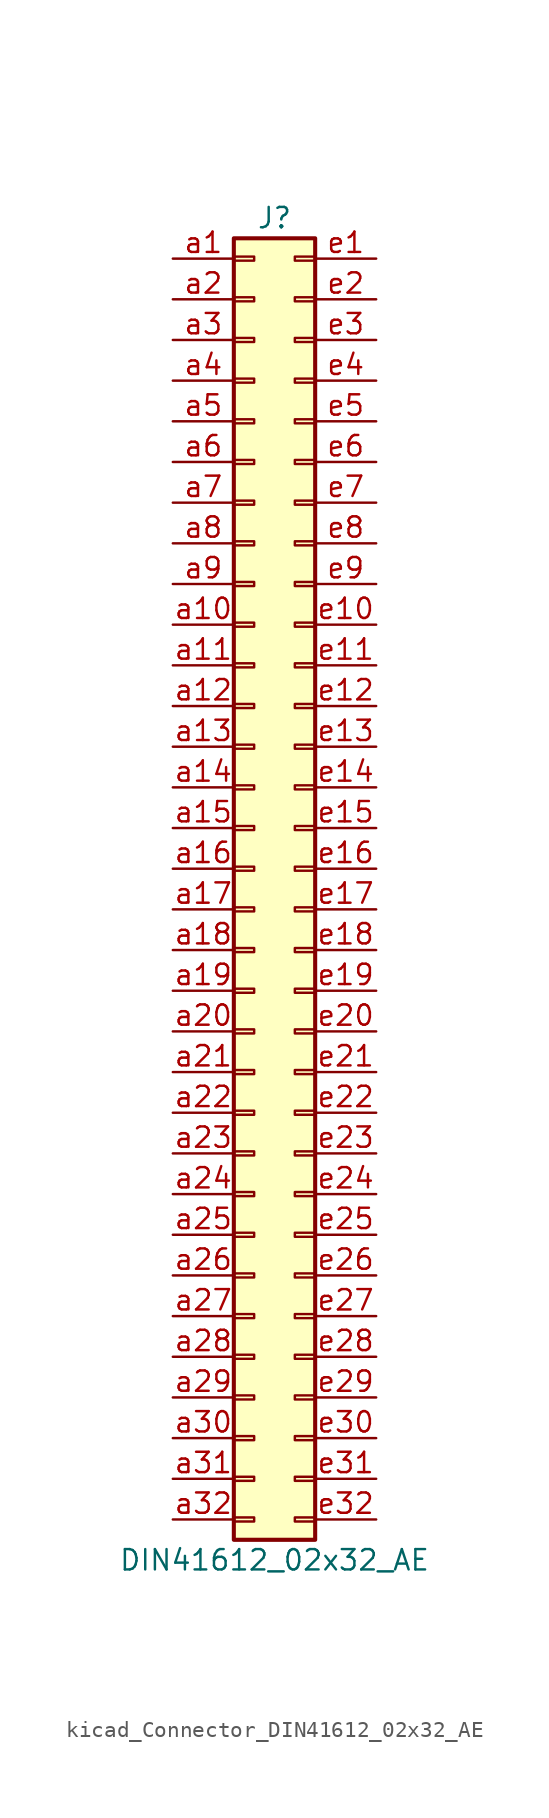
<source format=kicad_sym>
(kicad_symbol_lib
  (version 20220914)
  (generator kicad_symbol_editor)
  (symbol "kicad_Connector_DIN41612_02x32_AE"
    (pin_names
      (offset 1.016) hide)
    (property "Reference" "J"
      (at 1.27 40.64 0)
      (effects (font (size 1.27 1.27))))
    (property "Value" "DIN41612_02x32_AE"
      (at 1.27 -43.18 0)
      (effects (font (size 1.27 1.27))))
    (symbol "kicad_Connector_DIN41612_02x32_AE_1_1"
      (rectangle (start -1.27 -40.513) (end 0 -40.767) (stroke (width 0.152) (type default)) (fill (type none)))
      (rectangle (start -1.27 -37.973) (end 0 -38.227) (stroke (width 0.152) (type default)) (fill (type none)))
      (rectangle (start -1.27 -35.433) (end 0 -35.687) (stroke (width 0.152) (type default)) (fill (type none)))
      (rectangle (start -1.27 -32.893) (end 0 -33.147) (stroke (width 0.152) (type default)) (fill (type none)))
      (rectangle (start -1.27 -30.353) (end 0 -30.607) (stroke (width 0.152) (type default)) (fill (type none)))
      (rectangle (start -1.27 -27.813) (end 0 -28.067) (stroke (width 0.152) (type default)) (fill (type none)))
      (rectangle (start -1.27 -25.273) (end 0 -25.527) (stroke (width 0.152) (type default)) (fill (type none)))
      (rectangle (start -1.27 -22.733) (end 0 -22.987) (stroke (width 0.152) (type default)) (fill (type none)))
      (rectangle (start -1.27 -20.193) (end 0 -20.447) (stroke (width 0.152) (type default)) (fill (type none)))
      (rectangle (start -1.27 -17.653) (end 0 -17.907) (stroke (width 0.152) (type default)) (fill (type none)))
      (rectangle (start -1.27 -15.113) (end 0 -15.367) (stroke (width 0.152) (type default)) (fill (type none)))
      (rectangle (start -1.27 -12.573) (end 0 -12.827) (stroke (width 0.152) (type default)) (fill (type none)))
      (rectangle (start -1.27 -10.033) (end 0 -10.287) (stroke (width 0.152) (type default)) (fill (type none)))
      (rectangle (start -1.27 -7.493) (end 0 -7.747) (stroke (width 0.152) (type default)) (fill (type none)))
      (rectangle (start -1.27 -4.953) (end 0 -5.207) (stroke (width 0.152) (type default)) (fill (type none)))
      (rectangle (start -1.27 -2.413) (end 0 -2.667) (stroke (width 0.152) (type default)) (fill (type none)))
      (rectangle (start -1.27 0.127) (end 0 -0.127) (stroke (width 0.152) (type default)) (fill (type none)))
      (rectangle (start -1.27 2.667) (end 0 2.413) (stroke (width 0.152) (type default)) (fill (type none)))
      (rectangle (start -1.27 5.207) (end 0 4.953) (stroke (width 0.152) (type default)) (fill (type none)))
      (rectangle (start -1.27 7.747) (end 0 7.493) (stroke (width 0.152) (type default)) (fill (type none)))
      (rectangle (start -1.27 10.287) (end 0 10.033) (stroke (width 0.152) (type default)) (fill (type none)))
      (rectangle (start -1.27 12.827) (end 0 12.573) (stroke (width 0.152) (type default)) (fill (type none)))
      (rectangle (start -1.27 15.367) (end 0 15.113) (stroke (width 0.152) (type default)) (fill (type none)))
      (rectangle (start -1.27 17.907) (end 0 17.653) (stroke (width 0.152) (type default)) (fill (type none)))
      (rectangle (start -1.27 20.447) (end 0 20.193) (stroke (width 0.152) (type default)) (fill (type none)))
      (rectangle (start -1.27 22.987) (end 0 22.733) (stroke (width 0.152) (type default)) (fill (type none)))
      (rectangle (start -1.27 25.527) (end 0 25.273) (stroke (width 0.152) (type default)) (fill (type none)))
      (rectangle (start -1.27 28.067) (end 0 27.813) (stroke (width 0.152) (type default)) (fill (type none)))
      (rectangle (start -1.27 30.607) (end 0 30.353) (stroke (width 0.152) (type default)) (fill (type none)))
      (rectangle (start -1.27 33.147) (end 0 32.893) (stroke (width 0.152) (type default)) (fill (type none)))
      (rectangle (start -1.27 35.687) (end 0 35.433) (stroke (width 0.152) (type default)) (fill (type none)))
      (rectangle (start -1.27 38.227) (end 0 37.973) (stroke (width 0.152) (type default)) (fill (type none)))
      (rectangle (start -1.27 39.37) (end 3.81 -41.91) (stroke (width 0.254) (type default)) (fill (type background)))
      (rectangle (start 3.81 -40.513) (end 2.54 -40.767) (stroke (width 0.152) (type default)) (fill (type none)))
      (rectangle (start 3.81 -37.973) (end 2.54 -38.227) (stroke (width 0.152) (type default)) (fill (type none)))
      (rectangle (start 3.81 -35.433) (end 2.54 -35.687) (stroke (width 0.152) (type default)) (fill (type none)))
      (rectangle (start 3.81 -32.893) (end 2.54 -33.147) (stroke (width 0.152) (type default)) (fill (type none)))
      (rectangle (start 3.81 -30.353) (end 2.54 -30.607) (stroke (width 0.152) (type default)) (fill (type none)))
      (rectangle (start 3.81 -27.813) (end 2.54 -28.067) (stroke (width 0.152) (type default)) (fill (type none)))
      (rectangle (start 3.81 -25.273) (end 2.54 -25.527) (stroke (width 0.152) (type default)) (fill (type none)))
      (rectangle (start 3.81 -22.733) (end 2.54 -22.987) (stroke (width 0.152) (type default)) (fill (type none)))
      (rectangle (start 3.81 -20.193) (end 2.54 -20.447) (stroke (width 0.152) (type default)) (fill (type none)))
      (rectangle (start 3.81 -17.653) (end 2.54 -17.907) (stroke (width 0.152) (type default)) (fill (type none)))
      (rectangle (start 3.81 -15.113) (end 2.54 -15.367) (stroke (width 0.152) (type default)) (fill (type none)))
      (rectangle (start 3.81 -12.573) (end 2.54 -12.827) (stroke (width 0.152) (type default)) (fill (type none)))
      (rectangle (start 3.81 -10.033) (end 2.54 -10.287) (stroke (width 0.152) (type default)) (fill (type none)))
      (rectangle (start 3.81 -7.493) (end 2.54 -7.747) (stroke (width 0.152) (type default)) (fill (type none)))
      (rectangle (start 3.81 -4.953) (end 2.54 -5.207) (stroke (width 0.152) (type default)) (fill (type none)))
      (rectangle (start 3.81 -2.413) (end 2.54 -2.667) (stroke (width 0.152) (type default)) (fill (type none)))
      (rectangle (start 3.81 0.127) (end 2.54 -0.127) (stroke (width 0.152) (type default)) (fill (type none)))
      (rectangle (start 3.81 2.667) (end 2.54 2.413) (stroke (width 0.152) (type default)) (fill (type none)))
      (rectangle (start 3.81 5.207) (end 2.54 4.953) (stroke (width 0.152) (type default)) (fill (type none)))
      (rectangle (start 3.81 7.747) (end 2.54 7.493) (stroke (width 0.152) (type default)) (fill (type none)))
      (rectangle (start 3.81 10.287) (end 2.54 10.033) (stroke (width 0.152) (type default)) (fill (type none)))
      (rectangle (start 3.81 12.827) (end 2.54 12.573) (stroke (width 0.152) (type default)) (fill (type none)))
      (rectangle (start 3.81 15.367) (end 2.54 15.113) (stroke (width 0.152) (type default)) (fill (type none)))
      (rectangle (start 3.81 17.907) (end 2.54 17.653) (stroke (width 0.152) (type default)) (fill (type none)))
      (rectangle (start 3.81 20.447) (end 2.54 20.193) (stroke (width 0.152) (type default)) (fill (type none)))
      (rectangle (start 3.81 22.987) (end 2.54 22.733) (stroke (width 0.152) (type default)) (fill (type none)))
      (rectangle (start 3.81 25.527) (end 2.54 25.273) (stroke (width 0.152) (type default)) (fill (type none)))
      (rectangle (start 3.81 28.067) (end 2.54 27.813) (stroke (width 0.152) (type default)) (fill (type none)))
      (rectangle (start 3.81 30.607) (end 2.54 30.353) (stroke (width 0.152) (type default)) (fill (type none)))
      (rectangle (start 3.81 33.147) (end 2.54 32.893) (stroke (width 0.152) (type default)) (fill (type none)))
      (rectangle (start 3.81 35.687) (end 2.54 35.433) (stroke (width 0.152) (type default)) (fill (type none)))
      (rectangle (start 3.81 38.227) (end 2.54 37.973) (stroke (width 0.152) (type default)) (fill (type none)))
      (pin passive line (at -5.08 38.1 0) (length 3.81) (name "Pin_a1" (effects (font (size 1.27 1.27)))) (number "a1" (effects (font (size 1.27 1.27)))))
      (pin passive line (at -5.08 15.24 0) (length 3.81) (name "Pin_a10" (effects (font (size 1.27 1.27)))) (number "a10" (effects (font (size 1.27 1.27)))))
      (pin passive line (at -5.08 12.7 0) (length 3.81) (name "Pin_a11" (effects (font (size 1.27 1.27)))) (number "a11" (effects (font (size 1.27 1.27)))))
      (pin passive line (at -5.08 10.16 0) (length 3.81) (name "Pin_a12" (effects (font (size 1.27 1.27)))) (number "a12" (effects (font (size 1.27 1.27)))))
      (pin passive line (at -5.08 7.62 0) (length 3.81) (name "Pin_a13" (effects (font (size 1.27 1.27)))) (number "a13" (effects (font (size 1.27 1.27)))))
      (pin passive line (at -5.08 5.08 0) (length 3.81) (name "Pin_a14" (effects (font (size 1.27 1.27)))) (number "a14" (effects (font (size 1.27 1.27)))))
      (pin passive line (at -5.08 2.54 0) (length 3.81) (name "Pin_a15" (effects (font (size 1.27 1.27)))) (number "a15" (effects (font (size 1.27 1.27)))))
      (pin passive line (at -5.08 0 0) (length 3.81) (name "Pin_a16" (effects (font (size 1.27 1.27)))) (number "a16" (effects (font (size 1.27 1.27)))))
      (pin passive line (at -5.08 -2.54 0) (length 3.81) (name "Pin_a17" (effects (font (size 1.27 1.27)))) (number "a17" (effects (font (size 1.27 1.27)))))
      (pin passive line (at -5.08 -5.08 0) (length 3.81) (name "Pin_a18" (effects (font (size 1.27 1.27)))) (number "a18" (effects (font (size 1.27 1.27)))))
      (pin passive line (at -5.08 -7.62 0) (length 3.81) (name "Pin_a19" (effects (font (size 1.27 1.27)))) (number "a19" (effects (font (size 1.27 1.27)))))
      (pin passive line (at -5.08 35.56 0) (length 3.81) (name "Pin_a2" (effects (font (size 1.27 1.27)))) (number "a2" (effects (font (size 1.27 1.27)))))
      (pin passive line (at -5.08 -10.16 0) (length 3.81) (name "Pin_a20" (effects (font (size 1.27 1.27)))) (number "a20" (effects (font (size 1.27 1.27)))))
      (pin passive line (at -5.08 -12.7 0) (length 3.81) (name "Pin_a21" (effects (font (size 1.27 1.27)))) (number "a21" (effects (font (size 1.27 1.27)))))
      (pin passive line (at -5.08 -15.24 0) (length 3.81) (name "Pin_a22" (effects (font (size 1.27 1.27)))) (number "a22" (effects (font (size 1.27 1.27)))))
      (pin passive line (at -5.08 -17.78 0) (length 3.81) (name "Pin_a23" (effects (font (size 1.27 1.27)))) (number "a23" (effects (font (size 1.27 1.27)))))
      (pin passive line (at -5.08 -20.32 0) (length 3.81) (name "Pin_a24" (effects (font (size 1.27 1.27)))) (number "a24" (effects (font (size 1.27 1.27)))))
      (pin passive line (at -5.08 -22.86 0) (length 3.81) (name "Pin_a25" (effects (font (size 1.27 1.27)))) (number "a25" (effects (font (size 1.27 1.27)))))
      (pin passive line (at -5.08 -25.4 0) (length 3.81) (name "Pin_a26" (effects (font (size 1.27 1.27)))) (number "a26" (effects (font (size 1.27 1.27)))))
      (pin passive line (at -5.08 -27.94 0) (length 3.81) (name "Pin_a27" (effects (font (size 1.27 1.27)))) (number "a27" (effects (font (size 1.27 1.27)))))
      (pin passive line (at -5.08 -30.48 0) (length 3.81) (name "Pin_a28" (effects (font (size 1.27 1.27)))) (number "a28" (effects (font (size 1.27 1.27)))))
      (pin passive line (at -5.08 -33.02 0) (length 3.81) (name "Pin_a29" (effects (font (size 1.27 1.27)))) (number "a29" (effects (font (size 1.27 1.27)))))
      (pin passive line (at -5.08 33.02 0) (length 3.81) (name "Pin_a3" (effects (font (size 1.27 1.27)))) (number "a3" (effects (font (size 1.27 1.27)))))
      (pin passive line (at -5.08 -35.56 0) (length 3.81) (name "Pin_a30" (effects (font (size 1.27 1.27)))) (number "a30" (effects (font (size 1.27 1.27)))))
      (pin passive line (at -5.08 -38.1 0) (length 3.81) (name "Pin_a31" (effects (font (size 1.27 1.27)))) (number "a31" (effects (font (size 1.27 1.27)))))
      (pin passive line (at -5.08 -40.64 0) (length 3.81) (name "Pin_a32" (effects (font (size 1.27 1.27)))) (number "a32" (effects (font (size 1.27 1.27)))))
      (pin passive line (at -5.08 30.48 0) (length 3.81) (name "Pin_a4" (effects (font (size 1.27 1.27)))) (number "a4" (effects (font (size 1.27 1.27)))))
      (pin passive line (at -5.08 27.94 0) (length 3.81) (name "Pin_a5" (effects (font (size 1.27 1.27)))) (number "a5" (effects (font (size 1.27 1.27)))))
      (pin passive line (at -5.08 25.4 0) (length 3.81) (name "Pin_a6" (effects (font (size 1.27 1.27)))) (number "a6" (effects (font (size 1.27 1.27)))))
      (pin passive line (at -5.08 22.86 0) (length 3.81) (name "Pin_a7" (effects (font (size 1.27 1.27)))) (number "a7" (effects (font (size 1.27 1.27)))))
      (pin passive line (at -5.08 20.32 0) (length 3.81) (name "Pin_a8" (effects (font (size 1.27 1.27)))) (number "a8" (effects (font (size 1.27 1.27)))))
      (pin passive line (at -5.08 17.78 0) (length 3.81) (name "Pin_a9" (effects (font (size 1.27 1.27)))) (number "a9" (effects (font (size 1.27 1.27)))))
      (pin passive line (at 7.62 38.1 180) (length 3.81) (name "Pin_e1" (effects (font (size 1.27 1.27)))) (number "e1" (effects (font (size 1.27 1.27)))))
      (pin passive line (at 7.62 15.24 180) (length 3.81) (name "Pin_e10" (effects (font (size 1.27 1.27)))) (number "e10" (effects (font (size 1.27 1.27)))))
      (pin passive line (at 7.62 12.7 180) (length 3.81) (name "Pin_e11" (effects (font (size 1.27 1.27)))) (number "e11" (effects (font (size 1.27 1.27)))))
      (pin passive line (at 7.62 10.16 180) (length 3.81) (name "Pin_e12" (effects (font (size 1.27 1.27)))) (number "e12" (effects (font (size 1.27 1.27)))))
      (pin passive line (at 7.62 7.62 180) (length 3.81) (name "Pin_e13" (effects (font (size 1.27 1.27)))) (number "e13" (effects (font (size 1.27 1.27)))))
      (pin passive line (at 7.62 5.08 180) (length 3.81) (name "Pin_e14" (effects (font (size 1.27 1.27)))) (number "e14" (effects (font (size 1.27 1.27)))))
      (pin passive line (at 7.62 2.54 180) (length 3.81) (name "Pin_e15" (effects (font (size 1.27 1.27)))) (number "e15" (effects (font (size 1.27 1.27)))))
      (pin passive line (at 7.62 0 180) (length 3.81) (name "Pin_e16" (effects (font (size 1.27 1.27)))) (number "e16" (effects (font (size 1.27 1.27)))))
      (pin passive line (at 7.62 -2.54 180) (length 3.81) (name "Pin_e17" (effects (font (size 1.27 1.27)))) (number "e17" (effects (font (size 1.27 1.27)))))
      (pin passive line (at 7.62 -5.08 180) (length 3.81) (name "Pin_e18" (effects (font (size 1.27 1.27)))) (number "e18" (effects (font (size 1.27 1.27)))))
      (pin passive line (at 7.62 -7.62 180) (length 3.81) (name "Pin_e19" (effects (font (size 1.27 1.27)))) (number "e19" (effects (font (size 1.27 1.27)))))
      (pin passive line (at 7.62 35.56 180) (length 3.81) (name "Pin_e2" (effects (font (size 1.27 1.27)))) (number "e2" (effects (font (size 1.27 1.27)))))
      (pin passive line (at 7.62 -10.16 180) (length 3.81) (name "Pin_e20" (effects (font (size 1.27 1.27)))) (number "e20" (effects (font (size 1.27 1.27)))))
      (pin passive line (at 7.62 -12.7 180) (length 3.81) (name "Pin_e21" (effects (font (size 1.27 1.27)))) (number "e21" (effects (font (size 1.27 1.27)))))
      (pin passive line (at 7.62 -15.24 180) (length 3.81) (name "Pin_e22" (effects (font (size 1.27 1.27)))) (number "e22" (effects (font (size 1.27 1.27)))))
      (pin passive line (at 7.62 -17.78 180) (length 3.81) (name "Pin_e23" (effects (font (size 1.27 1.27)))) (number "e23" (effects (font (size 1.27 1.27)))))
      (pin passive line (at 7.62 -20.32 180) (length 3.81) (name "Pin_e24" (effects (font (size 1.27 1.27)))) (number "e24" (effects (font (size 1.27 1.27)))))
      (pin passive line (at 7.62 -22.86 180) (length 3.81) (name "Pin_e25" (effects (font (size 1.27 1.27)))) (number "e25" (effects (font (size 1.27 1.27)))))
      (pin passive line (at 7.62 -25.4 180) (length 3.81) (name "Pin_e26" (effects (font (size 1.27 1.27)))) (number "e26" (effects (font (size 1.27 1.27)))))
      (pin passive line (at 7.62 -27.94 180) (length 3.81) (name "Pin_e27" (effects (font (size 1.27 1.27)))) (number "e27" (effects (font (size 1.27 1.27)))))
      (pin passive line (at 7.62 -30.48 180) (length 3.81) (name "Pin_e28" (effects (font (size 1.27 1.27)))) (number "e28" (effects (font (size 1.27 1.27)))))
      (pin passive line (at 7.62 -33.02 180) (length 3.81) (name "Pin_e29" (effects (font (size 1.27 1.27)))) (number "e29" (effects (font (size 1.27 1.27)))))
      (pin passive line (at 7.62 33.02 180) (length 3.81) (name "Pin_e3" (effects (font (size 1.27 1.27)))) (number "e3" (effects (font (size 1.27 1.27)))))
      (pin passive line (at 7.62 -35.56 180) (length 3.81) (name "Pin_e30" (effects (font (size 1.27 1.27)))) (number "e30" (effects (font (size 1.27 1.27)))))
      (pin passive line (at 7.62 -38.1 180) (length 3.81) (name "Pin_e31" (effects (font (size 1.27 1.27)))) (number "e31" (effects (font (size 1.27 1.27)))))
      (pin passive line (at 7.62 -40.64 180) (length 3.81) (name "Pin_e32" (effects (font (size 1.27 1.27)))) (number "e32" (effects (font (size 1.27 1.27)))))
      (pin passive line (at 7.62 30.48 180) (length 3.81) (name "Pin_e4" (effects (font (size 1.27 1.27)))) (number "e4" (effects (font (size 1.27 1.27)))))
      (pin passive line (at 7.62 27.94 180) (length 3.81) (name "Pin_e5" (effects (font (size 1.27 1.27)))) (number "e5" (effects (font (size 1.27 1.27)))))
      (pin passive line (at 7.62 25.4 180) (length 3.81) (name "Pin_e6" (effects (font (size 1.27 1.27)))) (number "e6" (effects (font (size 1.27 1.27)))))
      (pin passive line (at 7.62 22.86 180) (length 3.81) (name "Pin_e7" (effects (font (size 1.27 1.27)))) (number "e7" (effects (font (size 1.27 1.27)))))
      (pin passive line (at 7.62 20.32 180) (length 3.81) (name "Pin_e8" (effects (font (size 1.27 1.27)))) (number "e8" (effects (font (size 1.27 1.27)))))
      (pin passive line (at 7.62 17.78 180) (length 3.81) (name "Pin_e9" (effects (font (size 1.27 1.27)))) (number "e9" (effects (font (size 1.27 1.27))))))))
</source>
